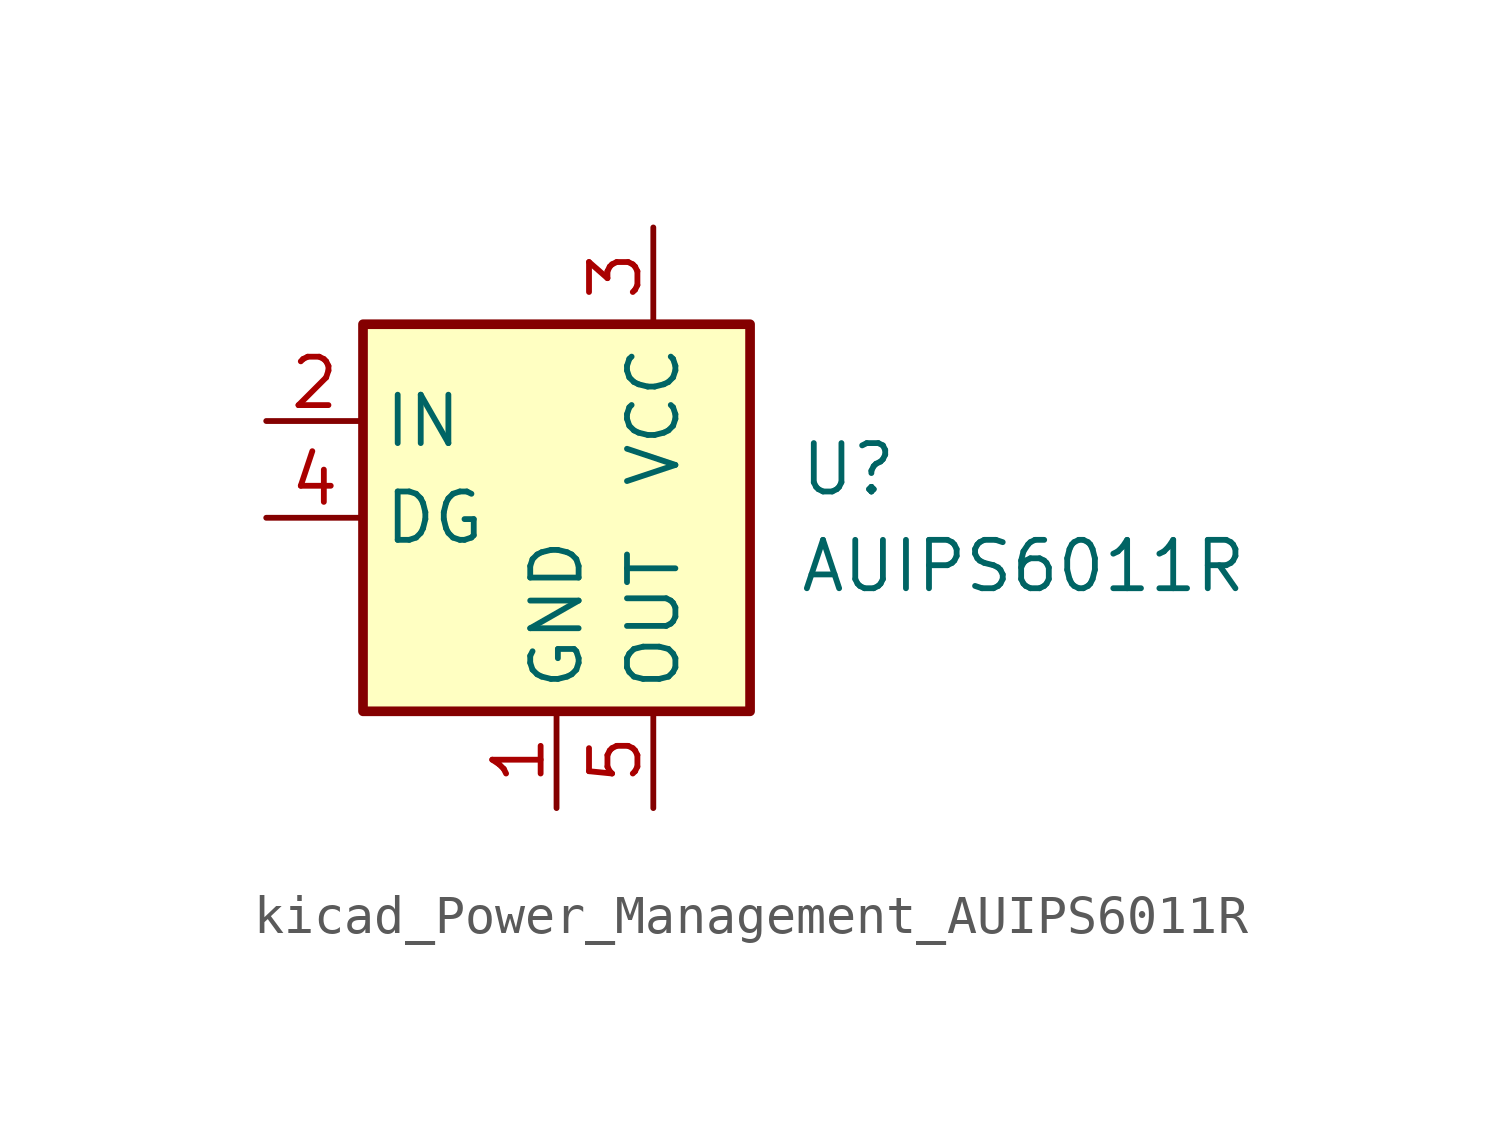
<source format=kicad_sym>
(kicad_symbol_lib
  (version 20220914)
  (generator kicad_symbol_editor)
  (symbol "kicad_Power_Management_AUIPS6011R"
    (property "Reference" "U"
      (at 3.81 1.27 0)
      (effects (font (size 1.27 1.27)) (justify left)))
    (property "Value" "AUIPS6011R"
      (at 3.81 -1.27 0)
      (effects (font (size 1.27 1.27)) (justify left)))
    (symbol "kicad_Power_Management_AUIPS6011R_0_1"
      (rectangle (start -7.62 5.08) (end 2.54 -5.08) (stroke (width 0.254) (type default)) (fill (type background))))
    (symbol "kicad_Power_Management_AUIPS6011R_1_1"
      (pin power_in line (at -2.54 -7.62 90) (length 2.54) (name "GND" (effects (font (size 1.27 1.27)))) (number "1" (effects (font (size 1.27 1.27)))))
      (pin input line (at -10.16 2.54 0) (length 2.54) (name "IN" (effects (font (size 1.27 1.27)))) (number "2" (effects (font (size 1.27 1.27)))))
      (pin power_in line (at 0 7.62 270) (length 2.54) (name "VCC" (effects (font (size 1.27 1.27)))) (number "3" (effects (font (size 1.27 1.27)))))
      (pin open_collector line (at -10.16 0 0) (length 2.54) (name "DG" (effects (font (size 1.27 1.27)))) (number "4" (effects (font (size 1.27 1.27)))))
      (pin power_out line (at 0 -7.62 90) (length 2.54) (name "OUT" (effects (font (size 1.27 1.27)))) (number "5" (effects (font (size 1.27 1.27))))))))
</source>
